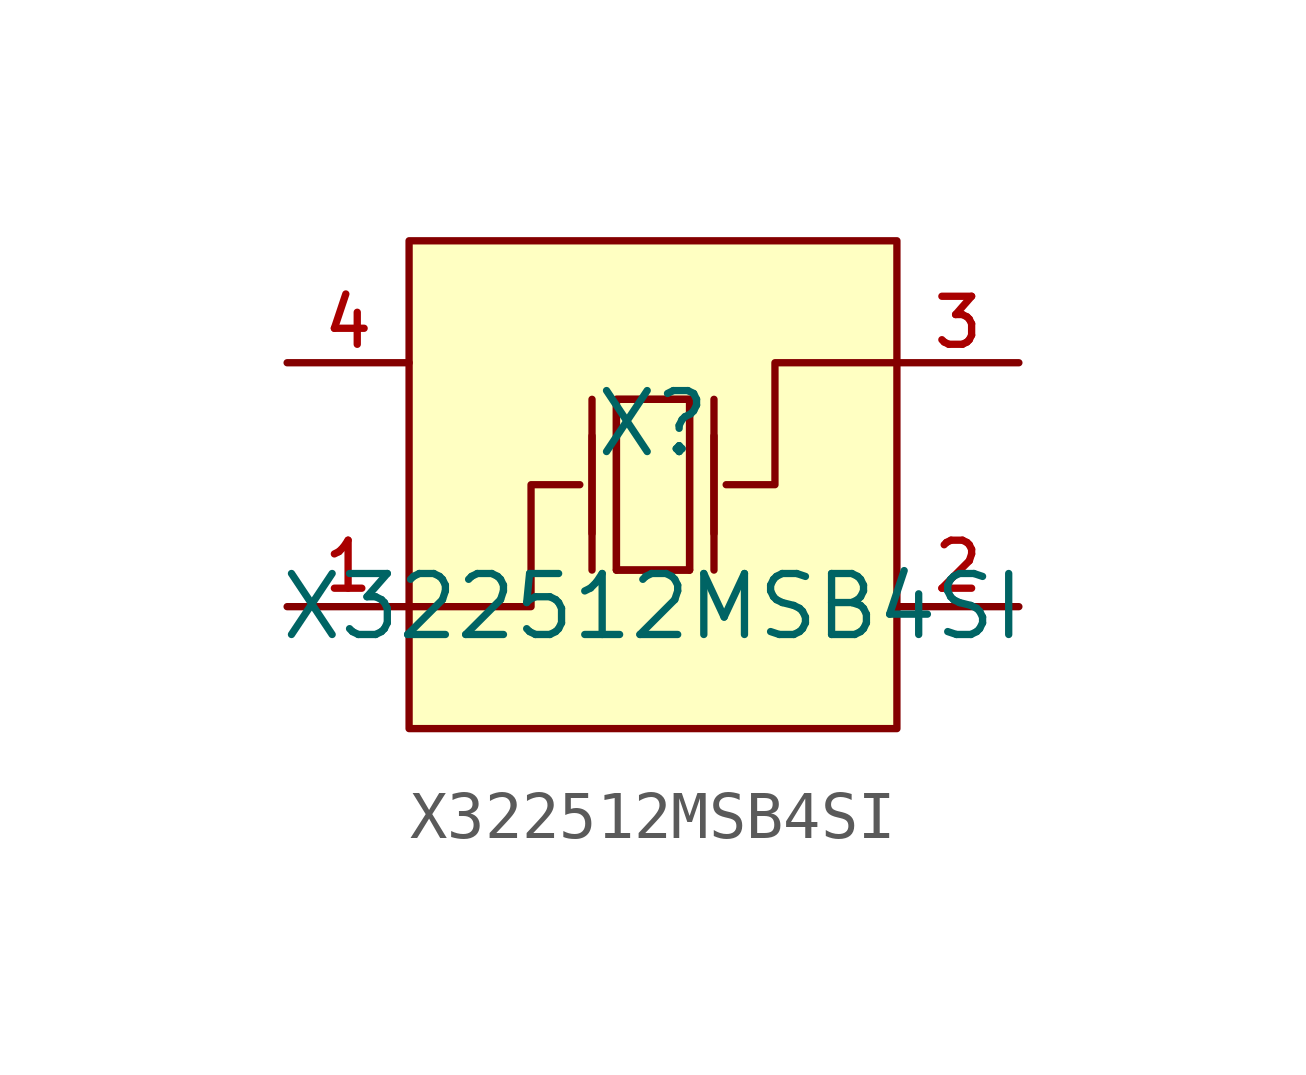
<source format=kicad_sym>
(kicad_symbol_lib
  (version 20220914)
  (generator kicad_symbol_editor)
  (symbol "X322512MSB4SI"
    (pin_names hide)
    (property "Reference" "X"
      (at 0 1.27 0)
      (effects (font (size 1.27 1.27))))
    (property "Value" "X322512MSB4SI"
      (at 0 -2.54 0)
      (effects (font (size 1.27 1.27))))
    (symbol "X322512MSB4SI_0_1"
      (rectangle (start -5.08 5.08) (end 5.08 -5.08) (stroke (width 0) (type default)) (fill (type background)))
      (polyline (pts (xy -1.27 -1.778) (xy -1.27 1.778)) (stroke (width 0) (type default)) (fill (type none)))
      (polyline (pts (xy -1.27 -1.016) (xy -1.27 1.016)) (stroke (width 0) (type default)) (fill (type none)))
      (polyline (pts (xy 0.762 -1.778) (xy -0.762 -1.778)) (stroke (width 0) (type default)) (fill (type none)))
      (polyline (pts (xy 1.27 -1.778) (xy 1.27 1.778)) (stroke (width 0) (type default)) (fill (type none)))
      (polyline (pts (xy 1.27 -1.016) (xy 1.27 1.016)) (stroke (width 0) (type default)) (fill (type none)))
      (polyline (pts (xy -5.08 -2.54) (xy -2.54 -2.54) (xy -2.54 0) (xy -1.524 0)) (stroke (width 0) (type default)) (fill (type none)))
      (polyline (pts (xy -0.762 -1.778) (xy -0.762 1.778) (xy 0.762 1.778) (xy 0.762 -1.778)) (stroke (width 0) (type default)) (fill (type none)))
      (polyline (pts (xy 5.08 2.54) (xy 2.54 2.54) (xy 2.54 0) (xy 1.524 0)) (stroke (width 0) (type default)) (fill (type none)))
      (polyline (pts (xy 0.762 1.778) (xy 0.762 -1.778) (xy -0.762 -1.778) (xy -0.762 1.778) (xy 0.762 1.778)) (stroke (width 0) (type default)) (fill (type none))))
    (symbol "X322512MSB4SI_1_1"
      (pin passive line (at -7.62 -2.54 0) (length 2.54) (name "OSC1" (effects (font (size 1 1)))) (number "1" (effects (font (size 1 1)))))
      (pin passive line (at 7.62 -2.54 180) (length 2.54) (name "GND" (effects (font (size 1 1)))) (number "2" (effects (font (size 1 1)))))
      (pin passive line (at 7.62 2.54 180) (length 2.54) (name "OSC2" (effects (font (size 1 1)))) (number "3" (effects (font (size 1 1)))))
      (pin passive line (at -7.62 2.54 0) (length 2.54) (name "GND" (effects (font (size 1 1)))) (number "4" (effects (font (size 1 1))))))))
</source>
